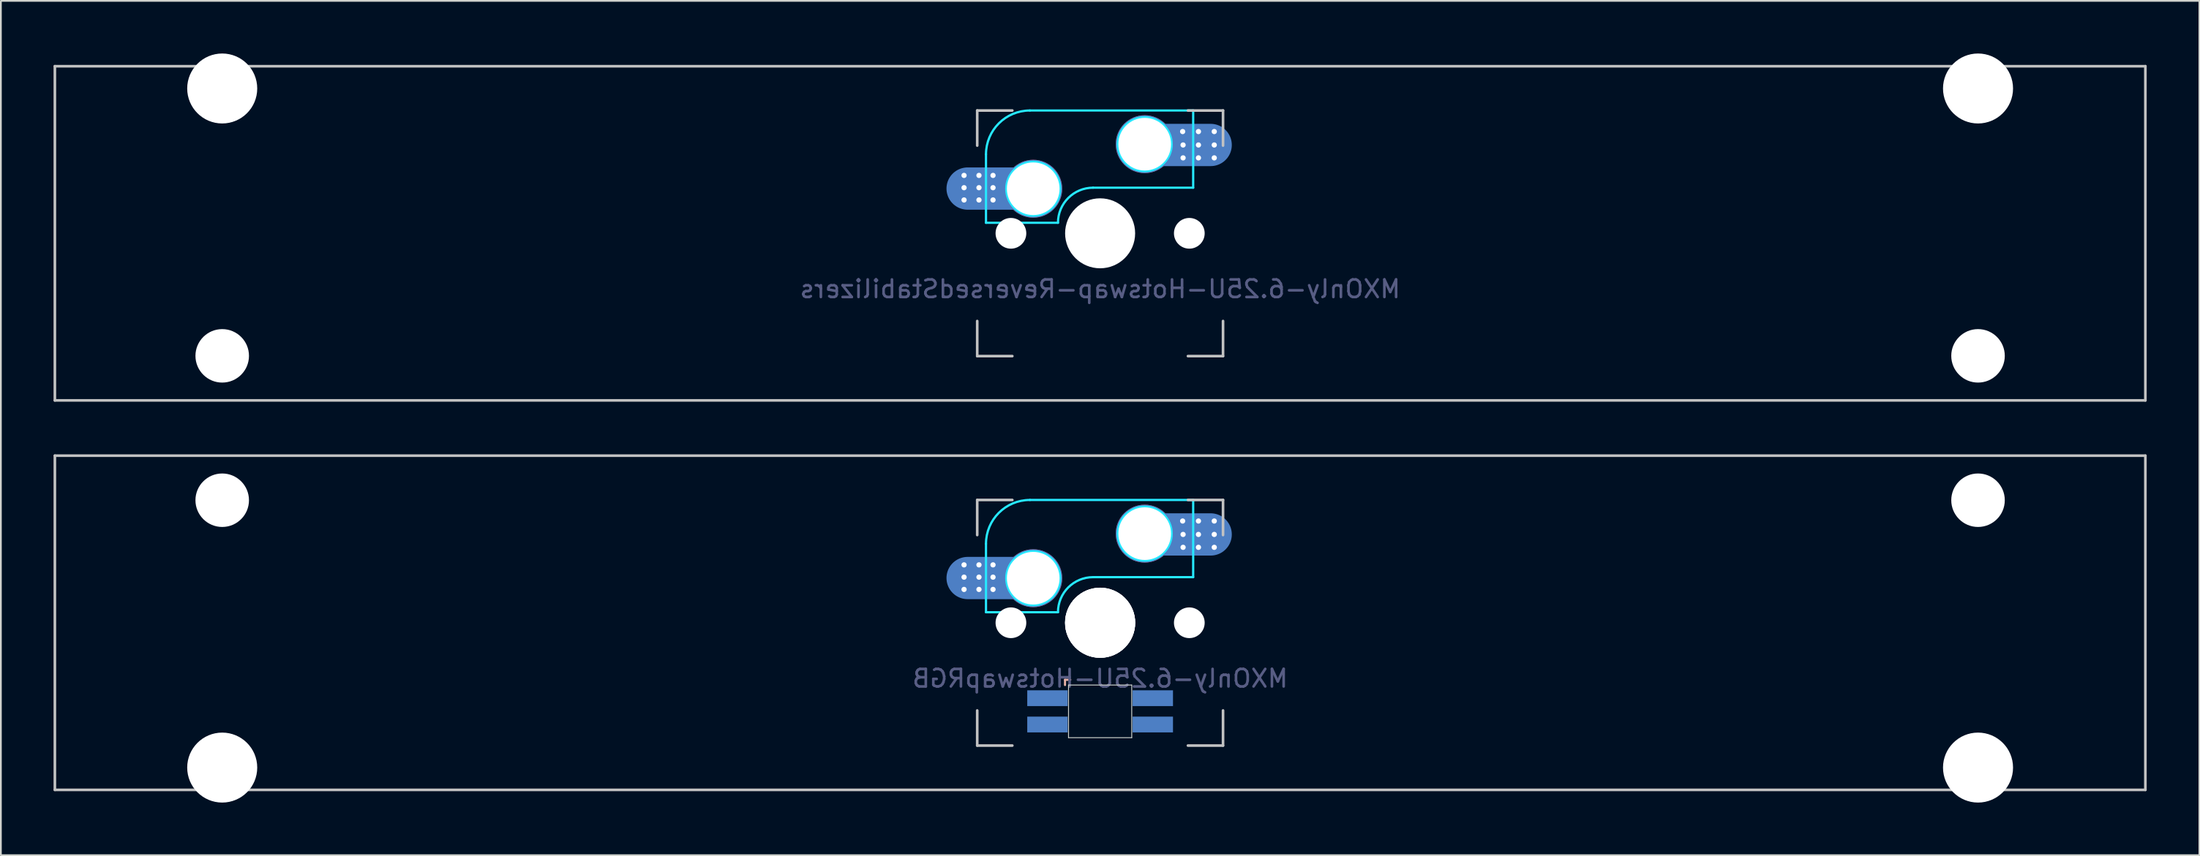
<source format=kicad_pcb>
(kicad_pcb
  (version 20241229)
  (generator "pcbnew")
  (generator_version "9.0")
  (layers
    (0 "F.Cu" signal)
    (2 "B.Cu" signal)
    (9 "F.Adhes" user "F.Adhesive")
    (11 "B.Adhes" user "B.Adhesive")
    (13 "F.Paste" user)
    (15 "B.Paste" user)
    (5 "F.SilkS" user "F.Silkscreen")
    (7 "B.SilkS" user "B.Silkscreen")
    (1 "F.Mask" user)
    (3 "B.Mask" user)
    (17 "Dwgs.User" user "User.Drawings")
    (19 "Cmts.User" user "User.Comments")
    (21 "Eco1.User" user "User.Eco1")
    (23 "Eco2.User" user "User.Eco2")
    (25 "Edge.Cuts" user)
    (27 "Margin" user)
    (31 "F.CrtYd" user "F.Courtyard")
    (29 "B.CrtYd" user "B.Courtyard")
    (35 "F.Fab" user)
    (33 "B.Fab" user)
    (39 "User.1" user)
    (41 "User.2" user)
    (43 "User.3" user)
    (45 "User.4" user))
  (footprint "MXOnly-6.25U-Hotswap-ReversedStabilizers"
    (layer "F.Cu")
    (at 59.606 10.249)
    (property "Reference" "MXOnly-6.25U-Hotswap-ReversedStabilizers" (at 0 3.175 0) (layer "B.Fab") (effects (font (size 1 1) (thickness 0.15)) (justify mirror)))
    (attr smd)
    (fp_line (start -59.531 -9.525) (end 59.531 -9.525) (stroke (width 0.15) (type solid)) (layer "Dwgs.User"))
    (fp_line (start -59.531 9.525) (end -59.531 -9.525) (stroke (width 0.15) (type solid)) (layer "Dwgs.User"))
    (fp_line (start -7 -7) (end -7 -5) (stroke (width 0.15) (type solid)) (layer "Dwgs.User"))
    (fp_line (start -7 5) (end -7 7) (stroke (width 0.15) (type solid)) (layer "Dwgs.User"))
    (fp_line (start -7 7) (end -5 7) (stroke (width 0.15) (type solid)) (layer "Dwgs.User"))
    (fp_line (start -5 -7) (end -7 -7) (stroke (width 0.15) (type solid)) (layer "Dwgs.User"))
    (fp_line (start 5 -7) (end 7 -7) (stroke (width 0.15) (type solid)) (layer "Dwgs.User"))
    (fp_line (start 5 7) (end 7 7) (stroke (width 0.15) (type solid)) (layer "Dwgs.User"))
    (fp_line (start 7 -5) (end 7 -7) (stroke (width 0.15) (type solid)) (layer "Dwgs.User"))
    (fp_line (start 7 7) (end 7 5) (stroke (width 0.15) (type solid)) (layer "Dwgs.User"))
    (fp_line (start 59.531 -9.525) (end 59.531 9.525) (stroke (width 0.15) (type solid)) (layer "Dwgs.User"))
    (fp_line (start 59.531 9.525) (end -59.531 9.525) (stroke (width 0.15) (type solid)) (layer "Dwgs.User"))
    (fp_line (start -6.5 -4.5) (end -6.5 -0.6) (stroke (width 0.127) (type solid)) (layer "B.CrtYd"))
    (fp_line (start -6.5 -0.6) (end -2.4 -0.6) (stroke (width 0.127) (type solid)) (layer "B.CrtYd"))
    (fp_line (start -0.4 -2.6) (end 5.3 -2.6) (stroke (width 0.127) (type solid)) (layer "B.CrtYd"))
    (fp_line (start 5.3 -7) (end -4 -7) (stroke (width 0.127) (type solid)) (layer "B.CrtYd"))
    (fp_line (start 5.3 -7) (end 5.3 -2.6) (stroke (width 0.127) (type solid)) (layer "B.CrtYd"))
    (fp_arc (start -6.5 -4.5) (mid -5.767767 -6.267767) (end -4 -7) (stroke (width 0.127) (type solid)) (layer "B.CrtYd"))
    (fp_arc (start -2.4 -0.6) (mid -1.814214 -2.014214) (end -0.4 -2.6) (stroke (width 0.127) (type solid)) (layer "B.CrtYd"))
    (fp_circle (center -3.81 -2.54) (end -2.286 -2.54) (stroke (width 0.15) (type solid)) (fill no) (layer "B.CrtYd"))
    (fp_circle (center 2.54 -5.08) (end 2.54 -6.604) (stroke (width 0.15) (type solid)) (fill no) (layer "B.CrtYd"))
    (pad "" np_thru_hole circle (at -50 -8.255) (size 3.988 3.988) (drill 3.988) (layers "*.Cu" "*.Mask"))
    (pad "" np_thru_hole circle (at -50 6.985) (size 3.048 3.048) (drill 3.048) (layers "*.Cu" "*.Mask"))
    (pad "" np_thru_hole circle (at -5.08 0 48.1) (size 1.75 1.75) (drill 1.75) (layers "*.Cu" "*.Mask"))
    (pad "" np_thru_hole circle (at 0 0) (size 3.988 3.988) (drill 3.988) (layers "*.Cu" "*.Mask"))
    (pad "" np_thru_hole circle (at 5.08 0 48.1) (size 1.75 1.75) (drill 1.75) (layers "*.Cu" "*.Mask"))
    (pad "" np_thru_hole circle (at 50 -8.255) (size 3.988 3.988) (drill 3.988) (layers "*.Cu" "*.Mask"))
    (pad "" np_thru_hole circle (at 50 6.985) (size 3.048 3.048) (drill 3.048) (layers "*.Cu" "*.Mask"))
    (pad "1" thru_hole circle (at 2.54 -5.08) (size 3.3 3.3) (drill 3) (layers "*.Cu" "B.Mask"))
    (pad "1" thru_hole circle (at 4.7 -5.8) (size 0.4 0.4) (drill 0.3) (layers "*.Cu" "B.Mask"))
    (pad "1" thru_hole circle (at 4.725 -5.035) (size 0.4 0.4) (drill 0.3) (layers "*.Cu" "B.Mask"))
    (pad "1" thru_hole circle (at 4.725 -4.3) (size 0.4 0.4) (drill 0.3) (layers "*.Cu" "B.Mask"))
    (pad "1" smd oval (at 4.75 -5.035) (size 5.5 2.41) (layers "B.Cu" "B.Mask" "B.Paste"))
    (pad "1" thru_hole circle (at 5.6 -5.8) (size 0.4 0.4) (drill 0.3) (layers "*.Cu" "B.Mask"))
    (pad "1" thru_hole circle (at 5.6 -5.035) (size 0.4 0.4) (drill 0.3) (layers "*.Cu" "B.Mask"))
    (pad "1" thru_hole circle (at 5.6 -4.3) (size 0.4 0.4) (drill 0.3) (layers "*.Cu" "B.Mask"))
    (pad "1" thru_hole circle (at 6.5 -5.8) (size 0.4 0.4) (drill 0.3) (layers "*.Cu" "B.Mask"))
    (pad "1" thru_hole circle (at 6.5 -5.035) (size 0.4 0.4) (drill 0.3) (layers "*.Cu" "B.Mask"))
    (pad "1" thru_hole circle (at 6.5 -4.3) (size 0.4 0.4) (drill 0.3) (layers "*.Cu" "B.Mask"))
    (pad "2" thru_hole circle (at -7.75 -3.3) (size 0.4 0.4) (drill 0.3) (layers "*.Cu" "B.Mask"))
    (pad "2" thru_hole circle (at -7.75 -2.6) (size 0.4 0.4) (drill 0.3) (layers "*.Cu" "B.Mask"))
    (pad "2" thru_hole circle (at -7.75 -1.9) (size 0.4 0.4) (drill 0.3) (layers "*.Cu" "B.Mask"))
    (pad "2" thru_hole circle (at -6.9 -3.3) (size 0.4 0.4) (drill 0.3) (layers "*.Cu" "B.Mask"))
    (pad "2" thru_hole circle (at -6.9 -2.6) (size 0.4 0.4) (drill 0.3) (layers "*.Cu" "B.Mask"))
    (pad "2" thru_hole circle (at -6.9 -1.9) (size 0.4 0.4) (drill 0.3) (layers "*.Cu" "B.Mask"))
    (pad "2" thru_hole circle (at -6.1 -3.3) (size 0.4 0.4) (drill 0.3) (layers "*.Cu" "B.Mask"))
    (pad "2" thru_hole circle (at -6.1 -2.6) (size 0.4 0.4) (drill 0.3) (layers "*.Cu" "B.Mask"))
    (pad "2" thru_hole circle (at -6.1 -1.9) (size 0.4 0.4) (drill 0.3) (layers "*.Cu" "B.Mask"))
    (pad "2" smd oval (at -6 -2.55) (size 5.5 2.41) (layers "B.Cu" "B.Mask" "B.Paste"))
    (pad "2" thru_hole circle (at -3.81 -2.54) (size 3.3 3.3) (drill 3) (layers "*.Cu" "B.Mask")))
  (footprint "MXOnly-6.25U-HotswapRGB"
    (layer "F.Cu")
    (at 59.606 32.449)
    (property "Reference" "MXOnly-6.25U-HotswapRGB" (at 0 3.175 0) (layer "B.Fab") (effects (font (size 1 1) (thickness 0.15)) (justify mirror)))
    (attr smd)
    (fp_line (start -2 3.25) (end -2 3.55) (stroke (width 0.12) (type solid)) (layer "B.SilkS"))
    (fp_line (start -1.7 3.25) (end -2 3.25) (stroke (width 0.12) (type solid)) (layer "B.SilkS"))
    (fp_line (start -59.531 -9.525) (end 59.531 -9.525) (stroke (width 0.15) (type solid)) (layer "Dwgs.User"))
    (fp_line (start -59.531 9.525) (end -59.531 -9.525) (stroke (width 0.15) (type solid)) (layer "Dwgs.User"))
    (fp_line (start -7 -7) (end -7 -5) (stroke (width 0.15) (type solid)) (layer "Dwgs.User"))
    (fp_line (start -7 5) (end -7 7) (stroke (width 0.15) (type solid)) (layer "Dwgs.User"))
    (fp_line (start -7 7) (end -5 7) (stroke (width 0.15) (type solid)) (layer "Dwgs.User"))
    (fp_line (start -5 -7) (end -7 -7) (stroke (width 0.15) (type solid)) (layer "Dwgs.User"))
    (fp_line (start 5 -7) (end 7 -7) (stroke (width 0.15) (type solid)) (layer "Dwgs.User"))
    (fp_line (start 5 7) (end 7 7) (stroke (width 0.15) (type solid)) (layer "Dwgs.User"))
    (fp_line (start 7 -5) (end 7 -7) (stroke (width 0.15) (type solid)) (layer "Dwgs.User"))
    (fp_line (start 7 7) (end 7 5) (stroke (width 0.15) (type solid)) (layer "Dwgs.User"))
    (fp_line (start 59.531 -9.525) (end 59.531 9.525) (stroke (width 0.15) (type solid)) (layer "Dwgs.User"))
    (fp_line (start 59.531 9.525) (end -59.531 9.525) (stroke (width 0.15) (type solid)) (layer "Dwgs.User"))
    (fp_line (start -1.8 3.55) (end -1.8 6.55) (stroke (width 0.05) (type default)) (layer "Edge.Cuts"))
    (fp_line (start -1.8 3.55) (end 1.8 3.55) (stroke (width 0.05) (type solid)) (layer "Edge.Cuts"))
    (fp_line (start 1.8 3.55) (end 1.8 6.55) (stroke (width 0.05) (type default)) (layer "Edge.Cuts"))
    (fp_line (start 1.8 6.55) (end -1.8 6.55) (stroke (width 0.05) (type solid)) (layer "Edge.Cuts"))
    (fp_line (start -6.5 -4.5) (end -6.5 -0.6) (stroke (width 0.127) (type solid)) (layer "B.CrtYd"))
    (fp_line (start -6.5 -0.6) (end -2.4 -0.6) (stroke (width 0.127) (type solid)) (layer "B.CrtYd"))
    (fp_line (start -0.4 -2.6) (end 5.3 -2.6) (stroke (width 0.127) (type solid)) (layer "B.CrtYd"))
    (fp_line (start 5.3 -7) (end -4 -7) (stroke (width 0.127) (type solid)) (layer "B.CrtYd"))
    (fp_line (start 5.3 -7) (end 5.3 -2.6) (stroke (width 0.127) (type solid)) (layer "B.CrtYd"))
    (fp_arc (start -6.5 -4.5) (mid -5.767767 -6.267767) (end -4 -7) (stroke (width 0.127) (type solid)) (layer "B.CrtYd"))
    (fp_arc (start -2.4 -0.6) (mid -1.814214 -2.014214) (end -0.4 -2.6) (stroke (width 0.127) (type solid)) (layer "B.CrtYd"))
    (fp_circle (center -3.81 -2.54) (end -2.286 -2.54) (stroke (width 0.15) (type solid)) (fill no) (layer "B.CrtYd"))
    (fp_circle (center 2.54 -5.08) (end 2.54 -6.604) (stroke (width 0.15) (type solid)) (fill no) (layer "B.CrtYd"))
    (pad "" np_thru_hole circle (at -50 -6.985) (size 3.048 3.048) (drill 3.048) (layers "*.Cu" "*.Mask"))
    (pad "" np_thru_hole circle (at -50 8.255) (size 3.988 3.988) (drill 3.988) (layers "*.Cu" "*.Mask"))
    (pad "" np_thru_hole circle (at -5.08 0 48.1) (size 1.75 1.75) (drill 1.75) (layers "*.Cu" "*.Mask"))
    (pad "" np_thru_hole circle (at 0 0) (size 3.988 3.988) (drill 3.988) (layers "*.Cu" "*.Mask"))
    (pad "" np_thru_hole circle (at 0 0) (size 3.988 3.988) (drill 3.988) (layers "*.Cu" "*.Mask"))
    (pad "" np_thru_hole circle (at 0 0) (size 4 4) (drill 4) (layers "*.Cu" "*.Mask"))
    (pad "" np_thru_hole circle (at 5.08 0 48.1) (size 1.75 1.75) (drill 1.75) (layers "*.Cu" "*.Mask"))
    (pad "" np_thru_hole circle (at 50 -6.985) (size 3.048 3.048) (drill 3.048) (layers "*.Cu" "*.Mask"))
    (pad "" np_thru_hole circle (at 50 8.255) (size 3.988 3.988) (drill 3.988) (layers "*.Cu" "*.Mask"))
    (pad "1" thru_hole circle (at 2.54 -5.08) (size 3.3 3.3) (drill 3) (layers "*.Cu" "B.Mask"))
    (pad "1" thru_hole circle (at 4.7 -5.8) (size 0.4 0.4) (drill 0.3) (layers "*.Cu" "B.Mask"))
    (pad "1" thru_hole circle (at 4.725 -5.035) (size 0.4 0.4) (drill 0.3) (layers "*.Cu" "B.Mask"))
    (pad "1" thru_hole circle (at 4.725 -4.3) (size 0.4 0.4) (drill 0.3) (layers "*.Cu" "B.Mask"))
    (pad "1" smd oval (at 4.75 -5.035) (size 5.5 2.41) (layers "B.Cu" "B.Mask" "B.Paste"))
    (pad "1" thru_hole circle (at 5.6 -5.8) (size 0.4 0.4) (drill 0.3) (layers "*.Cu" "B.Mask"))
    (pad "1" thru_hole circle (at 5.6 -5.035) (size 0.4 0.4) (drill 0.3) (layers "*.Cu" "B.Mask"))
    (pad "1" thru_hole circle (at 5.6 -4.3) (size 0.4 0.4) (drill 0.3) (layers "*.Cu" "B.Mask"))
    (pad "1" thru_hole circle (at 6.5 -5.8) (size 0.4 0.4) (drill 0.3) (layers "*.Cu" "B.Mask"))
    (pad "1" thru_hole circle (at 6.5 -5.035) (size 0.4 0.4) (drill 0.3) (layers "*.Cu" "B.Mask"))
    (pad "1" thru_hole circle (at 6.5 -4.3) (size 0.4 0.4) (drill 0.3) (layers "*.Cu" "B.Mask"))
    (pad "2" thru_hole circle (at -7.75 -3.3) (size 0.4 0.4) (drill 0.3) (layers "*.Cu" "B.Mask"))
    (pad "2" thru_hole circle (at -7.75 -2.6) (size 0.4 0.4) (drill 0.3) (layers "*.Cu" "B.Mask"))
    (pad "2" thru_hole circle (at -7.75 -1.9) (size 0.4 0.4) (drill 0.3) (layers "*.Cu" "B.Mask"))
    (pad "2" thru_hole circle (at -6.9 -3.3) (size 0.4 0.4) (drill 0.3) (layers "*.Cu" "B.Mask"))
    (pad "2" thru_hole circle (at -6.9 -2.6) (size 0.4 0.4) (drill 0.3) (layers "*.Cu" "B.Mask"))
    (pad "2" thru_hole circle (at -6.9 -1.9) (size 0.4 0.4) (drill 0.3) (layers "*.Cu" "B.Mask"))
    (pad "2" thru_hole circle (at -6.1 -3.3) (size 0.4 0.4) (drill 0.3) (layers "*.Cu" "B.Mask"))
    (pad "2" thru_hole circle (at -6.1 -2.6) (size 0.4 0.4) (drill 0.3) (layers "*.Cu" "B.Mask"))
    (pad "2" thru_hole circle (at -6.1 -1.9) (size 0.4 0.4) (drill 0.3) (layers "*.Cu" "B.Mask"))
    (pad "2" smd oval (at -6 -2.55) (size 5.5 2.41) (layers "B.Cu" "B.Mask" "B.Paste"))
    (pad "2" thru_hole circle (at -3.81 -2.54) (size 3.3 3.3) (drill 3) (layers "*.Cu" "B.Mask"))
    (pad "3" smd rect (at -3 4.3) (size 2.3 0.9) (layers "B.Cu" "B.Mask" "B.Paste"))
    (pad "4" smd rect (at -3 5.8) (size 2.3 0.9) (layers "B.Cu" "B.Mask" "B.Paste"))
    (pad "5" smd rect (at 3 4.3) (size 2.3 0.9) (layers "B.Cu" "B.Mask" "B.Paste"))
    (pad "6" smd rect (at 3 5.8) (size 2.3 0.9) (layers "B.Cu" "B.Mask" "B.Paste")))
  (gr_rect
    (start -3 -3)
    (end 122.213 45.698)
    (stroke (width 0.1) (type default))
    (fill no)
    (layer "Edge.Cuts")))
</source>
